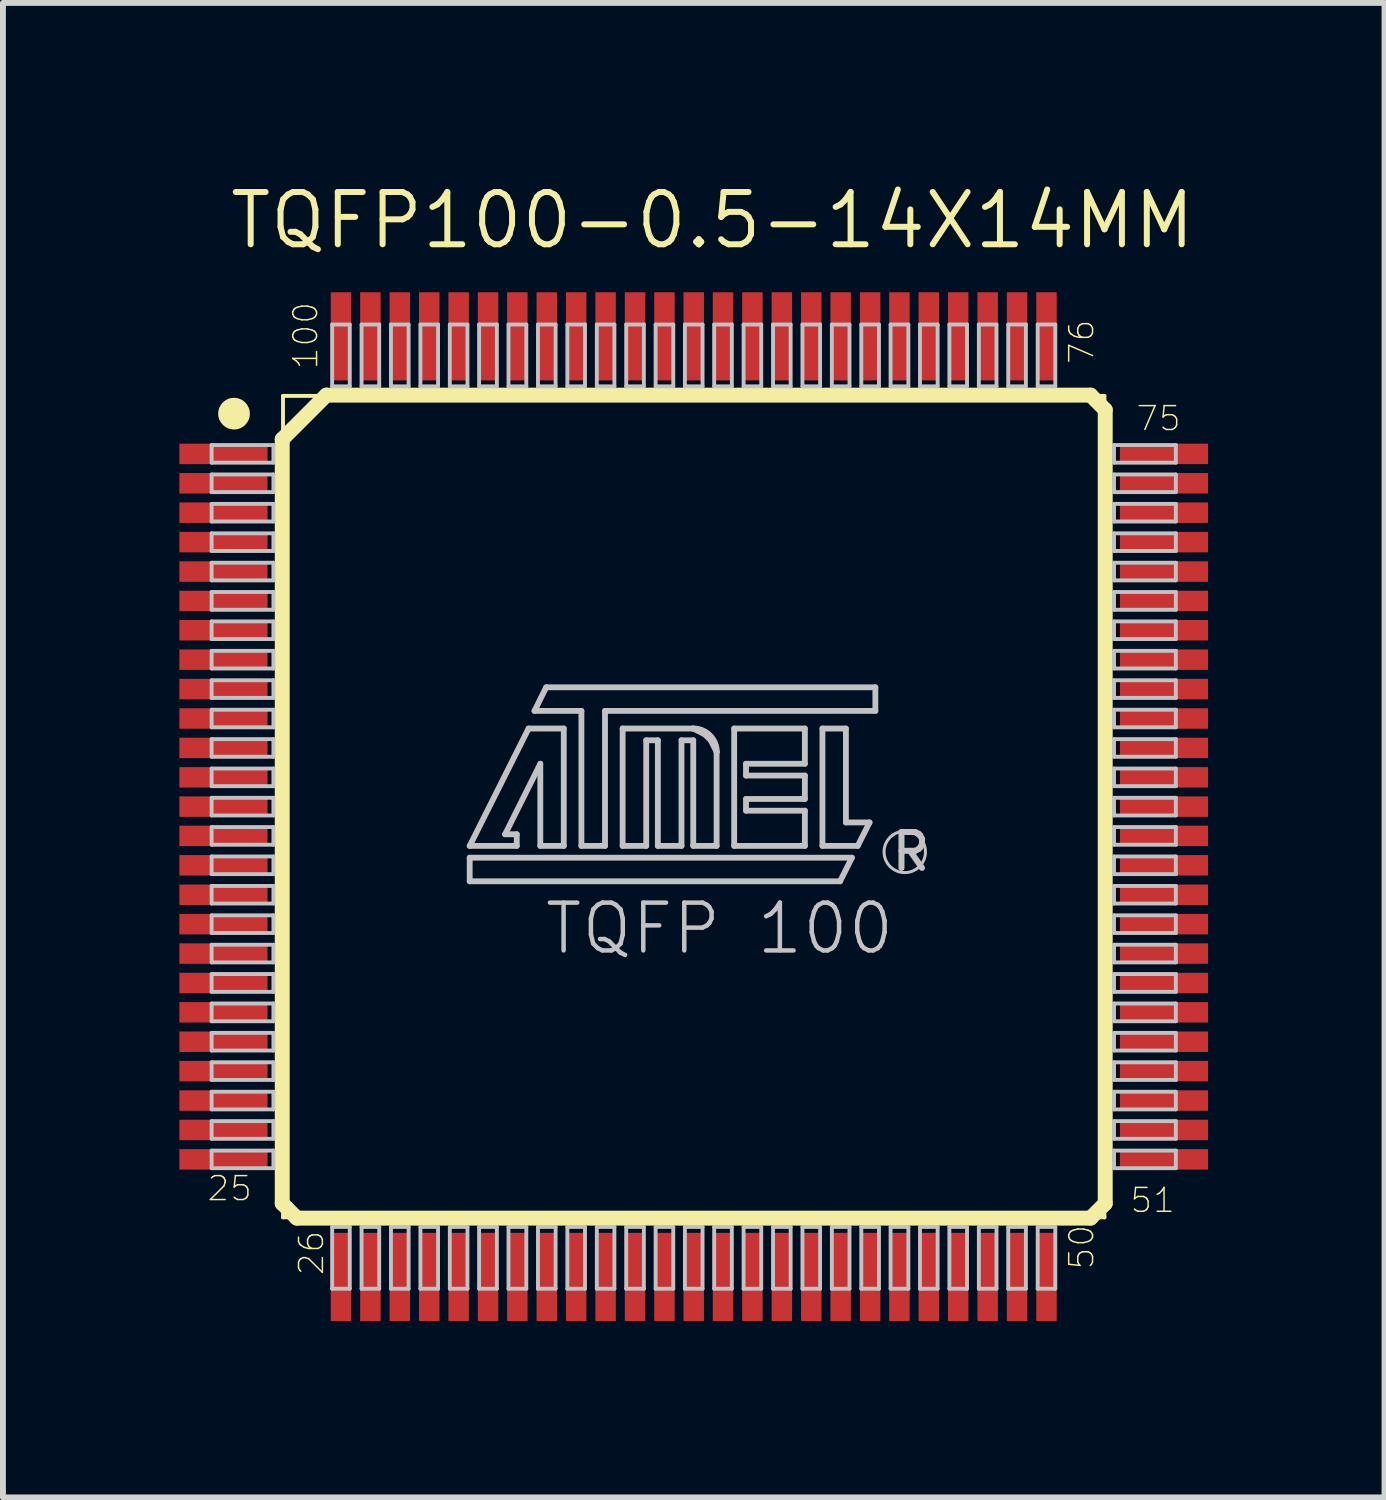
<source format=kicad_pcb>
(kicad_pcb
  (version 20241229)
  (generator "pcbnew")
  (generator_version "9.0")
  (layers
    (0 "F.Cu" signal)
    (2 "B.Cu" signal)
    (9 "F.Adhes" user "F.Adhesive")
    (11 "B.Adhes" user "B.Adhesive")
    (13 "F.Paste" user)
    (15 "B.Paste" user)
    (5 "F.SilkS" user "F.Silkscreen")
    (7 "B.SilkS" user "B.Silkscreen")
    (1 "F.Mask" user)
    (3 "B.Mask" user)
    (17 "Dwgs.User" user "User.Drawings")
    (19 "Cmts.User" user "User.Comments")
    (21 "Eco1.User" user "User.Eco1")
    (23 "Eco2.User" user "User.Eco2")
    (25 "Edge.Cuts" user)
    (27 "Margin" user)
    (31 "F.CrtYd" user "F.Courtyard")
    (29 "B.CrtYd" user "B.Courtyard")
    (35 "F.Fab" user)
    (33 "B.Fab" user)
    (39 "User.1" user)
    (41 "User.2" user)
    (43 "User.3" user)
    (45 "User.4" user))
  (footprint "TQFP100-0.5-14X14MM"
    (layer "F.Cu")
    (at 8.748 10.668)
    (property "Reference" "TQFP100-0.5-14X14MM" (at 0.318 -9.97 0) (layer "F.SilkS") (effects (font (size 0.889 0.889) (thickness 0.102))))
    (attr smd)
    (fp_line (start -6.998 -6.248) (end -6.248 -6.998) (stroke (width 0.254) (type solid)) (layer "F.SilkS"))
    (fp_line (start -6.998 6.749) (end -6.998 -6.248) (stroke (width 0.254) (type solid)) (layer "F.SilkS"))
    (fp_line (start -6.985 -6.985) (end 6.985 -6.985) (stroke (width 0.066) (type solid)) (layer "F.SilkS"))
    (fp_line (start -6.985 6.985) (end -6.985 -6.985) (stroke (width 0.066) (type solid)) (layer "F.SilkS"))
    (fp_line (start -6.985 6.985) (end 6.985 6.985) (stroke (width 0.066) (type solid)) (layer "F.SilkS"))
    (fp_line (start -6.749 6.998) (end -6.998 6.749) (stroke (width 0.254) (type solid)) (layer "F.SilkS"))
    (fp_line (start -6.248 -6.998) (end 6.749 -6.998) (stroke (width 0.254) (type solid)) (layer "F.SilkS"))
    (fp_line (start 6.749 -6.998) (end 6.998 -6.749) (stroke (width 0.254) (type solid)) (layer "F.SilkS"))
    (fp_line (start 6.749 6.998) (end -6.749 6.998) (stroke (width 0.254) (type solid)) (layer "F.SilkS"))
    (fp_line (start 6.985 6.985) (end 6.985 -6.985) (stroke (width 0.066) (type solid)) (layer "F.SilkS"))
    (fp_line (start 6.998 -6.749) (end 6.998 6.749) (stroke (width 0.254) (type solid)) (layer "F.SilkS"))
    (fp_line (start 6.998 6.749) (end 6.749 6.998) (stroke (width 0.254) (type solid)) (layer "F.SilkS"))
    (fp_circle (center -7.818 -6.683) (end -8.009 -6.873) (stroke (width 0) (type solid)) (fill yes) (layer "F.SilkS"))
    (fp_line (start -8.199 -6.149) (end -7.148 -6.149) (stroke (width 0.066) (type solid)) (layer "Dwgs.User"))
    (fp_line (start -8.199 -5.85) (end -8.199 -6.149) (stroke (width 0.066) (type solid)) (layer "Dwgs.User"))
    (fp_line (start -8.199 -5.85) (end -7.148 -5.85) (stroke (width 0.066) (type solid)) (layer "Dwgs.User"))
    (fp_line (start -8.199 -5.649) (end -7.148 -5.649) (stroke (width 0.066) (type solid)) (layer "Dwgs.User"))
    (fp_line (start -8.199 -5.349) (end -8.199 -5.649) (stroke (width 0.066) (type solid)) (layer "Dwgs.User"))
    (fp_line (start -8.199 -5.349) (end -7.148 -5.349) (stroke (width 0.066) (type solid)) (layer "Dwgs.User"))
    (fp_line (start -8.199 -5.149) (end -7.148 -5.149) (stroke (width 0.066) (type solid)) (layer "Dwgs.User"))
    (fp_line (start -8.199 -4.849) (end -8.199 -5.149) (stroke (width 0.066) (type solid)) (layer "Dwgs.User"))
    (fp_line (start -8.199 -4.849) (end -7.148 -4.849) (stroke (width 0.066) (type solid)) (layer "Dwgs.User"))
    (fp_line (start -8.199 -4.648) (end -7.148 -4.648) (stroke (width 0.066) (type solid)) (layer "Dwgs.User"))
    (fp_line (start -8.199 -4.348) (end -8.199 -4.648) (stroke (width 0.066) (type solid)) (layer "Dwgs.User"))
    (fp_line (start -8.199 -4.348) (end -7.148 -4.348) (stroke (width 0.066) (type solid)) (layer "Dwgs.User"))
    (fp_line (start -8.199 -4.148) (end -7.148 -4.148) (stroke (width 0.066) (type solid)) (layer "Dwgs.User"))
    (fp_line (start -8.199 -3.848) (end -8.199 -4.148) (stroke (width 0.066) (type solid)) (layer "Dwgs.User"))
    (fp_line (start -8.199 -3.848) (end -7.148 -3.848) (stroke (width 0.066) (type solid)) (layer "Dwgs.User"))
    (fp_line (start -8.199 -3.65) (end -7.148 -3.65) (stroke (width 0.066) (type solid)) (layer "Dwgs.User"))
    (fp_line (start -8.199 -3.348) (end -8.199 -3.65) (stroke (width 0.066) (type solid)) (layer "Dwgs.User"))
    (fp_line (start -8.199 -3.348) (end -7.148 -3.348) (stroke (width 0.066) (type solid)) (layer "Dwgs.User"))
    (fp_line (start -8.199 -3.15) (end -7.148 -3.15) (stroke (width 0.066) (type solid)) (layer "Dwgs.User"))
    (fp_line (start -8.199 -2.85) (end -8.199 -3.15) (stroke (width 0.066) (type solid)) (layer "Dwgs.User"))
    (fp_line (start -8.199 -2.85) (end -7.148 -2.85) (stroke (width 0.066) (type solid)) (layer "Dwgs.User"))
    (fp_line (start -8.199 -2.649) (end -7.148 -2.649) (stroke (width 0.066) (type solid)) (layer "Dwgs.User"))
    (fp_line (start -8.199 -2.349) (end -8.199 -2.649) (stroke (width 0.066) (type solid)) (layer "Dwgs.User"))
    (fp_line (start -8.199 -2.349) (end -7.148 -2.349) (stroke (width 0.066) (type solid)) (layer "Dwgs.User"))
    (fp_line (start -8.199 -2.149) (end -7.148 -2.149) (stroke (width 0.066) (type solid)) (layer "Dwgs.User"))
    (fp_line (start -8.199 -1.849) (end -8.199 -2.149) (stroke (width 0.066) (type solid)) (layer "Dwgs.User"))
    (fp_line (start -8.199 -1.849) (end -7.148 -1.849) (stroke (width 0.066) (type solid)) (layer "Dwgs.User"))
    (fp_line (start -8.199 -1.648) (end -7.148 -1.648) (stroke (width 0.066) (type solid)) (layer "Dwgs.User"))
    (fp_line (start -8.199 -1.349) (end -8.199 -1.648) (stroke (width 0.066) (type solid)) (layer "Dwgs.User"))
    (fp_line (start -8.199 -1.349) (end -7.148 -1.349) (stroke (width 0.066) (type solid)) (layer "Dwgs.User"))
    (fp_line (start -8.199 -1.148) (end -7.148 -1.148) (stroke (width 0.066) (type solid)) (layer "Dwgs.User"))
    (fp_line (start -8.199 -0.848) (end -8.199 -1.148) (stroke (width 0.066) (type solid)) (layer "Dwgs.User"))
    (fp_line (start -8.199 -0.848) (end -7.148 -0.848) (stroke (width 0.066) (type solid)) (layer "Dwgs.User"))
    (fp_line (start -8.199 -0.648) (end -7.148 -0.648) (stroke (width 0.066) (type solid)) (layer "Dwgs.User"))
    (fp_line (start -8.199 -0.348) (end -8.199 -0.648) (stroke (width 0.066) (type solid)) (layer "Dwgs.User"))
    (fp_line (start -8.199 -0.348) (end -7.148 -0.348) (stroke (width 0.066) (type solid)) (layer "Dwgs.User"))
    (fp_line (start -8.199 -0.15) (end -7.148 -0.15) (stroke (width 0.066) (type solid)) (layer "Dwgs.User"))
    (fp_line (start -8.199 0.15) (end -8.199 -0.15) (stroke (width 0.066) (type solid)) (layer "Dwgs.User"))
    (fp_line (start -8.199 0.15) (end -7.148 0.15) (stroke (width 0.066) (type solid)) (layer "Dwgs.User"))
    (fp_line (start -8.199 0.348) (end -7.148 0.348) (stroke (width 0.066) (type solid)) (layer "Dwgs.User"))
    (fp_line (start -8.199 0.648) (end -8.199 0.348) (stroke (width 0.066) (type solid)) (layer "Dwgs.User"))
    (fp_line (start -8.199 0.648) (end -7.148 0.648) (stroke (width 0.066) (type solid)) (layer "Dwgs.User"))
    (fp_line (start -8.199 0.848) (end -7.148 0.848) (stroke (width 0.066) (type solid)) (layer "Dwgs.User"))
    (fp_line (start -8.199 1.148) (end -8.199 0.848) (stroke (width 0.066) (type solid)) (layer "Dwgs.User"))
    (fp_line (start -8.199 1.148) (end -7.148 1.148) (stroke (width 0.066) (type solid)) (layer "Dwgs.User"))
    (fp_line (start -8.199 1.349) (end -7.148 1.349) (stroke (width 0.066) (type solid)) (layer "Dwgs.User"))
    (fp_line (start -8.199 1.648) (end -8.199 1.349) (stroke (width 0.066) (type solid)) (layer "Dwgs.User"))
    (fp_line (start -8.199 1.648) (end -7.148 1.648) (stroke (width 0.066) (type solid)) (layer "Dwgs.User"))
    (fp_line (start -8.199 1.849) (end -7.148 1.849) (stroke (width 0.066) (type solid)) (layer "Dwgs.User"))
    (fp_line (start -8.199 2.149) (end -8.199 1.849) (stroke (width 0.066) (type solid)) (layer "Dwgs.User"))
    (fp_line (start -8.199 2.149) (end -7.148 2.149) (stroke (width 0.066) (type solid)) (layer "Dwgs.User"))
    (fp_line (start -8.199 2.349) (end -7.148 2.349) (stroke (width 0.066) (type solid)) (layer "Dwgs.User"))
    (fp_line (start -8.199 2.649) (end -8.199 2.349) (stroke (width 0.066) (type solid)) (layer "Dwgs.User"))
    (fp_line (start -8.199 2.649) (end -7.148 2.649) (stroke (width 0.066) (type solid)) (layer "Dwgs.User"))
    (fp_line (start -8.199 2.847) (end -7.148 2.847) (stroke (width 0.066) (type solid)) (layer "Dwgs.User"))
    (fp_line (start -8.199 3.15) (end -8.199 2.847) (stroke (width 0.066) (type solid)) (layer "Dwgs.User"))
    (fp_line (start -8.199 3.15) (end -7.148 3.15) (stroke (width 0.066) (type solid)) (layer "Dwgs.User"))
    (fp_line (start -8.199 3.348) (end -7.148 3.348) (stroke (width 0.066) (type solid)) (layer "Dwgs.User"))
    (fp_line (start -8.199 3.65) (end -8.199 3.348) (stroke (width 0.066) (type solid)) (layer "Dwgs.User"))
    (fp_line (start -8.199 3.65) (end -7.148 3.65) (stroke (width 0.066) (type solid)) (layer "Dwgs.User"))
    (fp_line (start -8.199 3.848) (end -7.148 3.848) (stroke (width 0.066) (type solid)) (layer "Dwgs.User"))
    (fp_line (start -8.199 4.148) (end -8.199 3.848) (stroke (width 0.066) (type solid)) (layer "Dwgs.User"))
    (fp_line (start -8.199 4.148) (end -7.148 4.148) (stroke (width 0.066) (type solid)) (layer "Dwgs.User"))
    (fp_line (start -8.199 4.348) (end -7.148 4.348) (stroke (width 0.066) (type solid)) (layer "Dwgs.User"))
    (fp_line (start -8.199 4.648) (end -8.199 4.348) (stroke (width 0.066) (type solid)) (layer "Dwgs.User"))
    (fp_line (start -8.199 4.648) (end -7.148 4.648) (stroke (width 0.066) (type solid)) (layer "Dwgs.User"))
    (fp_line (start -8.199 4.849) (end -7.148 4.849) (stroke (width 0.066) (type solid)) (layer "Dwgs.User"))
    (fp_line (start -8.199 5.149) (end -8.199 4.849) (stroke (width 0.066) (type solid)) (layer "Dwgs.User"))
    (fp_line (start -8.199 5.149) (end -7.148 5.149) (stroke (width 0.066) (type solid)) (layer "Dwgs.User"))
    (fp_line (start -8.199 5.349) (end -7.148 5.349) (stroke (width 0.066) (type solid)) (layer "Dwgs.User"))
    (fp_line (start -8.199 5.649) (end -8.199 5.349) (stroke (width 0.066) (type solid)) (layer "Dwgs.User"))
    (fp_line (start -8.199 5.649) (end -7.148 5.649) (stroke (width 0.066) (type solid)) (layer "Dwgs.User"))
    (fp_line (start -8.199 5.85) (end -7.148 5.85) (stroke (width 0.066) (type solid)) (layer "Dwgs.User"))
    (fp_line (start -8.199 6.149) (end -8.199 5.85) (stroke (width 0.066) (type solid)) (layer "Dwgs.User"))
    (fp_line (start -8.199 6.149) (end -7.148 6.149) (stroke (width 0.066) (type solid)) (layer "Dwgs.User"))
    (fp_line (start -7.148 -5.85) (end -7.148 -6.149) (stroke (width 0.066) (type solid)) (layer "Dwgs.User"))
    (fp_line (start -7.148 -5.349) (end -7.148 -5.649) (stroke (width 0.066) (type solid)) (layer "Dwgs.User"))
    (fp_line (start -7.148 -4.849) (end -7.148 -5.149) (stroke (width 0.066) (type solid)) (layer "Dwgs.User"))
    (fp_line (start -7.148 -4.348) (end -7.148 -4.648) (stroke (width 0.066) (type solid)) (layer "Dwgs.User"))
    (fp_line (start -7.148 -3.848) (end -7.148 -4.148) (stroke (width 0.066) (type solid)) (layer "Dwgs.User"))
    (fp_line (start -7.148 -3.348) (end -7.148 -3.65) (stroke (width 0.066) (type solid)) (layer "Dwgs.User"))
    (fp_line (start -7.148 -2.85) (end -7.148 -3.15) (stroke (width 0.066) (type solid)) (layer "Dwgs.User"))
    (fp_line (start -7.148 -2.349) (end -7.148 -2.649) (stroke (width 0.066) (type solid)) (layer "Dwgs.User"))
    (fp_line (start -7.148 -1.849) (end -7.148 -2.149) (stroke (width 0.066) (type solid)) (layer "Dwgs.User"))
    (fp_line (start -7.148 -1.349) (end -7.148 -1.648) (stroke (width 0.066) (type solid)) (layer "Dwgs.User"))
    (fp_line (start -7.148 -0.848) (end -7.148 -1.148) (stroke (width 0.066) (type solid)) (layer "Dwgs.User"))
    (fp_line (start -7.148 -0.348) (end -7.148 -0.648) (stroke (width 0.066) (type solid)) (layer "Dwgs.User"))
    (fp_line (start -7.148 0.15) (end -7.148 -0.15) (stroke (width 0.066) (type solid)) (layer "Dwgs.User"))
    (fp_line (start -7.148 0.648) (end -7.148 0.348) (stroke (width 0.066) (type solid)) (layer "Dwgs.User"))
    (fp_line (start -7.148 1.148) (end -7.148 0.848) (stroke (width 0.066) (type solid)) (layer "Dwgs.User"))
    (fp_line (start -7.148 1.648) (end -7.148 1.349) (stroke (width 0.066) (type solid)) (layer "Dwgs.User"))
    (fp_line (start -7.148 2.149) (end -7.148 1.849) (stroke (width 0.066) (type solid)) (layer "Dwgs.User"))
    (fp_line (start -7.148 2.649) (end -7.148 2.349) (stroke (width 0.066) (type solid)) (layer "Dwgs.User"))
    (fp_line (start -7.148 3.15) (end -7.148 2.847) (stroke (width 0.066) (type solid)) (layer "Dwgs.User"))
    (fp_line (start -7.148 3.65) (end -7.148 3.348) (stroke (width 0.066) (type solid)) (layer "Dwgs.User"))
    (fp_line (start -7.148 4.148) (end -7.148 3.848) (stroke (width 0.066) (type solid)) (layer "Dwgs.User"))
    (fp_line (start -7.148 4.648) (end -7.148 4.348) (stroke (width 0.066) (type solid)) (layer "Dwgs.User"))
    (fp_line (start -7.148 5.149) (end -7.148 4.849) (stroke (width 0.066) (type solid)) (layer "Dwgs.User"))
    (fp_line (start -7.148 5.649) (end -7.148 5.349) (stroke (width 0.066) (type solid)) (layer "Dwgs.User"))
    (fp_line (start -7.148 6.149) (end -7.148 5.85) (stroke (width 0.066) (type solid)) (layer "Dwgs.User"))
    (fp_line (start -6.149 -8.199) (end -5.85 -8.199) (stroke (width 0.066) (type solid)) (layer "Dwgs.User"))
    (fp_line (start -6.149 -7.148) (end -6.149 -8.199) (stroke (width 0.066) (type solid)) (layer "Dwgs.User"))
    (fp_line (start -6.149 -7.148) (end -5.85 -7.148) (stroke (width 0.066) (type solid)) (layer "Dwgs.User"))
    (fp_line (start -6.149 7.148) (end -5.85 7.148) (stroke (width 0.066) (type solid)) (layer "Dwgs.User"))
    (fp_line (start -6.149 8.199) (end -6.149 7.148) (stroke (width 0.066) (type solid)) (layer "Dwgs.User"))
    (fp_line (start -6.149 8.199) (end -5.85 8.199) (stroke (width 0.066) (type solid)) (layer "Dwgs.User"))
    (fp_line (start -5.85 -7.148) (end -5.85 -8.199) (stroke (width 0.066) (type solid)) (layer "Dwgs.User"))
    (fp_line (start -5.85 8.199) (end -5.85 7.148) (stroke (width 0.066) (type solid)) (layer "Dwgs.User"))
    (fp_line (start -5.649 -8.199) (end -5.349 -8.199) (stroke (width 0.066) (type solid)) (layer "Dwgs.User"))
    (fp_line (start -5.649 -7.148) (end -5.649 -8.199) (stroke (width 0.066) (type solid)) (layer "Dwgs.User"))
    (fp_line (start -5.649 -7.148) (end -5.349 -7.148) (stroke (width 0.066) (type solid)) (layer "Dwgs.User"))
    (fp_line (start -5.649 7.148) (end -5.349 7.148) (stroke (width 0.066) (type solid)) (layer "Dwgs.User"))
    (fp_line (start -5.649 8.199) (end -5.649 7.148) (stroke (width 0.066) (type solid)) (layer "Dwgs.User"))
    (fp_line (start -5.649 8.199) (end -5.349 8.199) (stroke (width 0.066) (type solid)) (layer "Dwgs.User"))
    (fp_line (start -5.349 -7.148) (end -5.349 -8.199) (stroke (width 0.066) (type solid)) (layer "Dwgs.User"))
    (fp_line (start -5.349 8.199) (end -5.349 7.148) (stroke (width 0.066) (type solid)) (layer "Dwgs.User"))
    (fp_line (start -5.149 -8.199) (end -4.849 -8.199) (stroke (width 0.066) (type solid)) (layer "Dwgs.User"))
    (fp_line (start -5.149 -7.148) (end -5.149 -8.199) (stroke (width 0.066) (type solid)) (layer "Dwgs.User"))
    (fp_line (start -5.149 -7.148) (end -4.849 -7.148) (stroke (width 0.066) (type solid)) (layer "Dwgs.User"))
    (fp_line (start -5.149 7.148) (end -4.849 7.148) (stroke (width 0.066) (type solid)) (layer "Dwgs.User"))
    (fp_line (start -5.149 8.199) (end -5.149 7.148) (stroke (width 0.066) (type solid)) (layer "Dwgs.User"))
    (fp_line (start -5.149 8.199) (end -4.849 8.199) (stroke (width 0.066) (type solid)) (layer "Dwgs.User"))
    (fp_line (start -4.849 -7.148) (end -4.849 -8.199) (stroke (width 0.066) (type solid)) (layer "Dwgs.User"))
    (fp_line (start -4.849 8.199) (end -4.849 7.148) (stroke (width 0.066) (type solid)) (layer "Dwgs.User"))
    (fp_line (start -4.648 -8.199) (end -4.348 -8.199) (stroke (width 0.066) (type solid)) (layer "Dwgs.User"))
    (fp_line (start -4.648 -7.148) (end -4.648 -8.199) (stroke (width 0.066) (type solid)) (layer "Dwgs.User"))
    (fp_line (start -4.648 -7.148) (end -4.348 -7.148) (stroke (width 0.066) (type solid)) (layer "Dwgs.User"))
    (fp_line (start -4.648 7.148) (end -4.348 7.148) (stroke (width 0.066) (type solid)) (layer "Dwgs.User"))
    (fp_line (start -4.648 8.199) (end -4.648 7.148) (stroke (width 0.066) (type solid)) (layer "Dwgs.User"))
    (fp_line (start -4.648 8.199) (end -4.348 8.199) (stroke (width 0.066) (type solid)) (layer "Dwgs.User"))
    (fp_line (start -4.348 -7.148) (end -4.348 -8.199) (stroke (width 0.066) (type solid)) (layer "Dwgs.User"))
    (fp_line (start -4.348 8.199) (end -4.348 7.148) (stroke (width 0.066) (type solid)) (layer "Dwgs.User"))
    (fp_line (start -4.148 -8.199) (end -3.848 -8.199) (stroke (width 0.066) (type solid)) (layer "Dwgs.User"))
    (fp_line (start -4.148 -7.148) (end -4.148 -8.199) (stroke (width 0.066) (type solid)) (layer "Dwgs.User"))
    (fp_line (start -4.148 -7.148) (end -3.848 -7.148) (stroke (width 0.066) (type solid)) (layer "Dwgs.User"))
    (fp_line (start -4.148 7.148) (end -3.848 7.148) (stroke (width 0.066) (type solid)) (layer "Dwgs.User"))
    (fp_line (start -4.148 8.199) (end -4.148 7.148) (stroke (width 0.066) (type solid)) (layer "Dwgs.User"))
    (fp_line (start -4.148 8.199) (end -3.848 8.199) (stroke (width 0.066) (type solid)) (layer "Dwgs.User"))
    (fp_line (start -3.848 -7.148) (end -3.848 -8.199) (stroke (width 0.066) (type solid)) (layer "Dwgs.User"))
    (fp_line (start -3.848 8.199) (end -3.848 7.148) (stroke (width 0.066) (type solid)) (layer "Dwgs.User"))
    (fp_line (start -3.81 0.668) (end -2.809 -1.328) (stroke (width 0.099) (type solid)) (layer "Dwgs.User"))
    (fp_line (start -3.81 0.869) (end -3.81 1.27) (stroke (width 0.099) (type solid)) (layer "Dwgs.User"))
    (fp_line (start -3.81 1.27) (end 2.489 1.27) (stroke (width 0.099) (type solid)) (layer "Dwgs.User"))
    (fp_line (start -3.65 -8.199) (end -3.348 -8.199) (stroke (width 0.066) (type solid)) (layer "Dwgs.User"))
    (fp_line (start -3.65 -7.148) (end -3.65 -8.199) (stroke (width 0.066) (type solid)) (layer "Dwgs.User"))
    (fp_line (start -3.65 -7.148) (end -3.348 -7.148) (stroke (width 0.066) (type solid)) (layer "Dwgs.User"))
    (fp_line (start -3.65 7.148) (end -3.348 7.148) (stroke (width 0.066) (type solid)) (layer "Dwgs.User"))
    (fp_line (start -3.65 8.199) (end -3.65 7.148) (stroke (width 0.066) (type solid)) (layer "Dwgs.User"))
    (fp_line (start -3.65 8.199) (end -3.348 8.199) (stroke (width 0.066) (type solid)) (layer "Dwgs.User"))
    (fp_line (start -3.348 -7.148) (end -3.348 -8.199) (stroke (width 0.066) (type solid)) (layer "Dwgs.User"))
    (fp_line (start -3.348 8.199) (end -3.348 7.148) (stroke (width 0.066) (type solid)) (layer "Dwgs.User"))
    (fp_line (start -3.208 0.47) (end -3.01 0.47) (stroke (width 0.099) (type solid)) (layer "Dwgs.User"))
    (fp_line (start -3.15 -8.199) (end -2.847 -8.199) (stroke (width 0.066) (type solid)) (layer "Dwgs.User"))
    (fp_line (start -3.15 -7.148) (end -3.15 -8.199) (stroke (width 0.066) (type solid)) (layer "Dwgs.User"))
    (fp_line (start -3.15 -7.148) (end -2.847 -7.148) (stroke (width 0.066) (type solid)) (layer "Dwgs.User"))
    (fp_line (start -3.15 7.148) (end -2.847 7.148) (stroke (width 0.066) (type solid)) (layer "Dwgs.User"))
    (fp_line (start -3.15 8.199) (end -3.15 7.148) (stroke (width 0.066) (type solid)) (layer "Dwgs.User"))
    (fp_line (start -3.15 8.199) (end -2.847 8.199) (stroke (width 0.066) (type solid)) (layer "Dwgs.User"))
    (fp_line (start -3.01 0.47) (end -3.01 0.668) (stroke (width 0.099) (type solid)) (layer "Dwgs.User"))
    (fp_line (start -3.01 0.668) (end -3.81 0.668) (stroke (width 0.099) (type solid)) (layer "Dwgs.User"))
    (fp_line (start -2.847 -7.148) (end -2.847 -8.199) (stroke (width 0.066) (type solid)) (layer "Dwgs.User"))
    (fp_line (start -2.847 8.199) (end -2.847 7.148) (stroke (width 0.066) (type solid)) (layer "Dwgs.User"))
    (fp_line (start -2.809 -1.328) (end -2.21 -1.328) (stroke (width 0.099) (type solid)) (layer "Dwgs.User"))
    (fp_line (start -2.708 -1.628) (end -2.51 -2.029) (stroke (width 0.099) (type solid)) (layer "Dwgs.User"))
    (fp_line (start -2.649 -8.199) (end -2.349 -8.199) (stroke (width 0.066) (type solid)) (layer "Dwgs.User"))
    (fp_line (start -2.649 -7.148) (end -2.649 -8.199) (stroke (width 0.066) (type solid)) (layer "Dwgs.User"))
    (fp_line (start -2.649 -7.148) (end -2.349 -7.148) (stroke (width 0.066) (type solid)) (layer "Dwgs.User"))
    (fp_line (start -2.649 7.148) (end -2.349 7.148) (stroke (width 0.066) (type solid)) (layer "Dwgs.User"))
    (fp_line (start -2.649 8.199) (end -2.649 7.148) (stroke (width 0.066) (type solid)) (layer "Dwgs.User"))
    (fp_line (start -2.649 8.199) (end -2.349 8.199) (stroke (width 0.066) (type solid)) (layer "Dwgs.User"))
    (fp_line (start -2.609 -0.729) (end -3.208 0.47) (stroke (width 0.099) (type solid)) (layer "Dwgs.User"))
    (fp_line (start -2.609 0.668) (end -2.609 -0.729) (stroke (width 0.099) (type solid)) (layer "Dwgs.User"))
    (fp_line (start -2.51 -2.029) (end 3.089 -2.029) (stroke (width 0.099) (type solid)) (layer "Dwgs.User"))
    (fp_line (start -2.349 -7.148) (end -2.349 -8.199) (stroke (width 0.066) (type solid)) (layer "Dwgs.User"))
    (fp_line (start -2.349 8.199) (end -2.349 7.148) (stroke (width 0.066) (type solid)) (layer "Dwgs.User"))
    (fp_line (start -2.21 -1.328) (end -2.21 0.668) (stroke (width 0.099) (type solid)) (layer "Dwgs.User"))
    (fp_line (start -2.21 0.668) (end -2.609 0.668) (stroke (width 0.099) (type solid)) (layer "Dwgs.User"))
    (fp_line (start -2.149 -8.199) (end -1.849 -8.199) (stroke (width 0.066) (type solid)) (layer "Dwgs.User"))
    (fp_line (start -2.149 -7.148) (end -2.149 -8.199) (stroke (width 0.066) (type solid)) (layer "Dwgs.User"))
    (fp_line (start -2.149 -7.148) (end -1.849 -7.148) (stroke (width 0.066) (type solid)) (layer "Dwgs.User"))
    (fp_line (start -2.149 7.148) (end -1.849 7.148) (stroke (width 0.066) (type solid)) (layer "Dwgs.User"))
    (fp_line (start -2.149 8.199) (end -2.149 7.148) (stroke (width 0.066) (type solid)) (layer "Dwgs.User"))
    (fp_line (start -2.149 8.199) (end -1.849 8.199) (stroke (width 0.066) (type solid)) (layer "Dwgs.User"))
    (fp_line (start -1.91 -1.628) (end -2.708 -1.628) (stroke (width 0.099) (type solid)) (layer "Dwgs.User"))
    (fp_line (start -1.91 0.668) (end -1.91 -1.628) (stroke (width 0.099) (type solid)) (layer "Dwgs.User"))
    (fp_line (start -1.849 -7.148) (end -1.849 -8.199) (stroke (width 0.066) (type solid)) (layer "Dwgs.User"))
    (fp_line (start -1.849 8.199) (end -1.849 7.148) (stroke (width 0.066) (type solid)) (layer "Dwgs.User"))
    (fp_line (start -1.648 -8.199) (end -1.349 -8.199) (stroke (width 0.066) (type solid)) (layer "Dwgs.User"))
    (fp_line (start -1.648 -7.148) (end -1.648 -8.199) (stroke (width 0.066) (type solid)) (layer "Dwgs.User"))
    (fp_line (start -1.648 -7.148) (end -1.349 -7.148) (stroke (width 0.066) (type solid)) (layer "Dwgs.User"))
    (fp_line (start -1.648 7.148) (end -1.349 7.148) (stroke (width 0.066) (type solid)) (layer "Dwgs.User"))
    (fp_line (start -1.648 8.199) (end -1.648 7.148) (stroke (width 0.066) (type solid)) (layer "Dwgs.User"))
    (fp_line (start -1.648 8.199) (end -1.349 8.199) (stroke (width 0.066) (type solid)) (layer "Dwgs.User"))
    (fp_line (start -1.509 -1.628) (end -1.509 0.668) (stroke (width 0.099) (type solid)) (layer "Dwgs.User"))
    (fp_line (start -1.509 0.668) (end -1.91 0.668) (stroke (width 0.099) (type solid)) (layer "Dwgs.User"))
    (fp_line (start -1.349 -7.148) (end -1.349 -8.199) (stroke (width 0.066) (type solid)) (layer "Dwgs.User"))
    (fp_line (start -1.349 8.199) (end -1.349 7.148) (stroke (width 0.066) (type solid)) (layer "Dwgs.User"))
    (fp_line (start -1.209 -1.328) (end -1.209 0.668) (stroke (width 0.099) (type solid)) (layer "Dwgs.User"))
    (fp_line (start -1.209 0.668) (end -0.808 0.668) (stroke (width 0.099) (type solid)) (layer "Dwgs.User"))
    (fp_line (start -1.148 -8.199) (end -0.848 -8.199) (stroke (width 0.066) (type solid)) (layer "Dwgs.User"))
    (fp_line (start -1.148 -7.148) (end -1.148 -8.199) (stroke (width 0.066) (type solid)) (layer "Dwgs.User"))
    (fp_line (start -1.148 -7.148) (end -0.848 -7.148) (stroke (width 0.066) (type solid)) (layer "Dwgs.User"))
    (fp_line (start -1.148 7.148) (end -0.848 7.148) (stroke (width 0.066) (type solid)) (layer "Dwgs.User"))
    (fp_line (start -1.148 8.199) (end -1.148 7.148) (stroke (width 0.066) (type solid)) (layer "Dwgs.User"))
    (fp_line (start -1.148 8.199) (end -0.848 8.199) (stroke (width 0.066) (type solid)) (layer "Dwgs.User"))
    (fp_line (start -0.848 -7.148) (end -0.848 -8.199) (stroke (width 0.066) (type solid)) (layer "Dwgs.User"))
    (fp_line (start -0.848 8.199) (end -0.848 7.148) (stroke (width 0.066) (type solid)) (layer "Dwgs.User"))
    (fp_line (start -0.808 -1.128) (end -0.61 -1.128) (stroke (width 0.099) (type solid)) (layer "Dwgs.User"))
    (fp_line (start -0.808 0.668) (end -0.808 -1.128) (stroke (width 0.099) (type solid)) (layer "Dwgs.User"))
    (fp_line (start -0.648 -8.199) (end -0.348 -8.199) (stroke (width 0.066) (type solid)) (layer "Dwgs.User"))
    (fp_line (start -0.648 -7.148) (end -0.648 -8.199) (stroke (width 0.066) (type solid)) (layer "Dwgs.User"))
    (fp_line (start -0.648 -7.148) (end -0.348 -7.148) (stroke (width 0.066) (type solid)) (layer "Dwgs.User"))
    (fp_line (start -0.648 7.148) (end -0.348 7.148) (stroke (width 0.066) (type solid)) (layer "Dwgs.User"))
    (fp_line (start -0.648 8.199) (end -0.648 7.148) (stroke (width 0.066) (type solid)) (layer "Dwgs.User"))
    (fp_line (start -0.648 8.199) (end -0.348 8.199) (stroke (width 0.066) (type solid)) (layer "Dwgs.User"))
    (fp_line (start -0.61 -1.128) (end -0.61 0.668) (stroke (width 0.099) (type solid)) (layer "Dwgs.User"))
    (fp_line (start -0.61 0.668) (end -0.208 0.668) (stroke (width 0.099) (type solid)) (layer "Dwgs.User"))
    (fp_line (start -0.348 -7.148) (end -0.348 -8.199) (stroke (width 0.066) (type solid)) (layer "Dwgs.User"))
    (fp_line (start -0.348 8.199) (end -0.348 7.148) (stroke (width 0.066) (type solid)) (layer "Dwgs.User"))
    (fp_line (start -0.208 -1.128) (end -0.008 -1.128) (stroke (width 0.099) (type solid)) (layer "Dwgs.User"))
    (fp_line (start -0.208 0.668) (end -0.208 -1.128) (stroke (width 0.099) (type solid)) (layer "Dwgs.User"))
    (fp_line (start -0.15 -8.199) (end 0.15 -8.199) (stroke (width 0.066) (type solid)) (layer "Dwgs.User"))
    (fp_line (start -0.15 -7.148) (end -0.15 -8.199) (stroke (width 0.066) (type solid)) (layer "Dwgs.User"))
    (fp_line (start -0.15 -7.148) (end 0.15 -7.148) (stroke (width 0.066) (type solid)) (layer "Dwgs.User"))
    (fp_line (start -0.15 7.148) (end 0.15 7.148) (stroke (width 0.066) (type solid)) (layer "Dwgs.User"))
    (fp_line (start -0.15 8.199) (end -0.15 7.148) (stroke (width 0.066) (type solid)) (layer "Dwgs.User"))
    (fp_line (start -0.15 8.199) (end 0.15 8.199) (stroke (width 0.066) (type solid)) (layer "Dwgs.User"))
    (fp_line (start -0.008 -1.328) (end -1.209 -1.328) (stroke (width 0.099) (type solid)) (layer "Dwgs.User"))
    (fp_line (start -0.008 -1.128) (end -0.008 0.668) (stroke (width 0.099) (type solid)) (layer "Dwgs.User"))
    (fp_line (start -0.008 0.668) (end 0.389 0.668) (stroke (width 0.099) (type solid)) (layer "Dwgs.User"))
    (fp_line (start 0.15 -7.148) (end 0.15 -8.199) (stroke (width 0.066) (type solid)) (layer "Dwgs.User"))
    (fp_line (start 0.15 8.199) (end 0.15 7.148) (stroke (width 0.066) (type solid)) (layer "Dwgs.User"))
    (fp_line (start 0.188 -1.229) (end -0.008 -1.328) (stroke (width 0.099) (type solid)) (layer "Dwgs.User"))
    (fp_line (start 0.29 -1.128) (end 0.188 -1.229) (stroke (width 0.099) (type solid)) (layer "Dwgs.User"))
    (fp_line (start 0.348 -8.199) (end 0.648 -8.199) (stroke (width 0.066) (type solid)) (layer "Dwgs.User"))
    (fp_line (start 0.348 -7.148) (end 0.348 -8.199) (stroke (width 0.066) (type solid)) (layer "Dwgs.User"))
    (fp_line (start 0.348 -7.148) (end 0.648 -7.148) (stroke (width 0.066) (type solid)) (layer "Dwgs.User"))
    (fp_line (start 0.348 7.148) (end 0.648 7.148) (stroke (width 0.066) (type solid)) (layer "Dwgs.User"))
    (fp_line (start 0.348 8.199) (end 0.348 7.148) (stroke (width 0.066) (type solid)) (layer "Dwgs.User"))
    (fp_line (start 0.348 8.199) (end 0.648 8.199) (stroke (width 0.066) (type solid)) (layer "Dwgs.User"))
    (fp_line (start 0.389 -0.93) (end 0.29 -1.128) (stroke (width 0.099) (type solid)) (layer "Dwgs.User"))
    (fp_line (start 0.389 0.668) (end 0.389 -0.93) (stroke (width 0.099) (type solid)) (layer "Dwgs.User"))
    (fp_line (start 0.648 -7.148) (end 0.648 -8.199) (stroke (width 0.066) (type solid)) (layer "Dwgs.User"))
    (fp_line (start 0.648 8.199) (end 0.648 7.148) (stroke (width 0.066) (type solid)) (layer "Dwgs.User"))
    (fp_line (start 0.688 -1.328) (end 0.688 0.668) (stroke (width 0.099) (type solid)) (layer "Dwgs.User"))
    (fp_line (start 0.688 0.668) (end 1.89 0.668) (stroke (width 0.099) (type solid)) (layer "Dwgs.User"))
    (fp_line (start 0.848 -8.199) (end 1.148 -8.199) (stroke (width 0.066) (type solid)) (layer "Dwgs.User"))
    (fp_line (start 0.848 -7.148) (end 0.848 -8.199) (stroke (width 0.066) (type solid)) (layer "Dwgs.User"))
    (fp_line (start 0.848 -7.148) (end 1.148 -7.148) (stroke (width 0.066) (type solid)) (layer "Dwgs.User"))
    (fp_line (start 0.848 7.148) (end 1.148 7.148) (stroke (width 0.066) (type solid)) (layer "Dwgs.User"))
    (fp_line (start 0.848 8.199) (end 0.848 7.148) (stroke (width 0.066) (type solid)) (layer "Dwgs.User"))
    (fp_line (start 0.848 8.199) (end 1.148 8.199) (stroke (width 0.066) (type solid)) (layer "Dwgs.User"))
    (fp_line (start 0.889 -0.729) (end 1.89 -0.729) (stroke (width 0.099) (type solid)) (layer "Dwgs.User"))
    (fp_line (start 0.889 -0.528) (end 0.889 -0.729) (stroke (width 0.099) (type solid)) (layer "Dwgs.User"))
    (fp_line (start 0.889 -0.13) (end 1.89 -0.13) (stroke (width 0.099) (type solid)) (layer "Dwgs.User"))
    (fp_line (start 0.889 0.069) (end 0.889 -0.13) (stroke (width 0.099) (type solid)) (layer "Dwgs.User"))
    (fp_line (start 1.148 -7.148) (end 1.148 -8.199) (stroke (width 0.066) (type solid)) (layer "Dwgs.User"))
    (fp_line (start 1.148 8.199) (end 1.148 7.148) (stroke (width 0.066) (type solid)) (layer "Dwgs.User"))
    (fp_line (start 1.349 -8.199) (end 1.648 -8.199) (stroke (width 0.066) (type solid)) (layer "Dwgs.User"))
    (fp_line (start 1.349 -7.148) (end 1.349 -8.199) (stroke (width 0.066) (type solid)) (layer "Dwgs.User"))
    (fp_line (start 1.349 -7.148) (end 1.648 -7.148) (stroke (width 0.066) (type solid)) (layer "Dwgs.User"))
    (fp_line (start 1.349 7.148) (end 1.648 7.148) (stroke (width 0.066) (type solid)) (layer "Dwgs.User"))
    (fp_line (start 1.349 8.199) (end 1.349 7.148) (stroke (width 0.066) (type solid)) (layer "Dwgs.User"))
    (fp_line (start 1.349 8.199) (end 1.648 8.199) (stroke (width 0.066) (type solid)) (layer "Dwgs.User"))
    (fp_line (start 1.648 -7.148) (end 1.648 -8.199) (stroke (width 0.066) (type solid)) (layer "Dwgs.User"))
    (fp_line (start 1.648 8.199) (end 1.648 7.148) (stroke (width 0.066) (type solid)) (layer "Dwgs.User"))
    (fp_line (start 1.849 -8.199) (end 2.149 -8.199) (stroke (width 0.066) (type solid)) (layer "Dwgs.User"))
    (fp_line (start 1.849 -7.148) (end 1.849 -8.199) (stroke (width 0.066) (type solid)) (layer "Dwgs.User"))
    (fp_line (start 1.849 -7.148) (end 2.149 -7.148) (stroke (width 0.066) (type solid)) (layer "Dwgs.User"))
    (fp_line (start 1.849 7.148) (end 2.149 7.148) (stroke (width 0.066) (type solid)) (layer "Dwgs.User"))
    (fp_line (start 1.849 8.199) (end 1.849 7.148) (stroke (width 0.066) (type solid)) (layer "Dwgs.User"))
    (fp_line (start 1.849 8.199) (end 2.149 8.199) (stroke (width 0.066) (type solid)) (layer "Dwgs.User"))
    (fp_line (start 1.89 -1.328) (end 0.688 -1.328) (stroke (width 0.099) (type solid)) (layer "Dwgs.User"))
    (fp_line (start 1.89 -0.729) (end 1.89 -1.328) (stroke (width 0.099) (type solid)) (layer "Dwgs.User"))
    (fp_line (start 1.89 -0.528) (end 0.889 -0.528) (stroke (width 0.099) (type solid)) (layer "Dwgs.User"))
    (fp_line (start 1.89 -0.13) (end 1.89 -0.528) (stroke (width 0.099) (type solid)) (layer "Dwgs.User"))
    (fp_line (start 1.89 0.069) (end 0.889 0.069) (stroke (width 0.099) (type solid)) (layer "Dwgs.User"))
    (fp_line (start 1.89 0.668) (end 1.89 0.069) (stroke (width 0.099) (type solid)) (layer "Dwgs.User"))
    (fp_line (start 2.149 -7.148) (end 2.149 -8.199) (stroke (width 0.066) (type solid)) (layer "Dwgs.User"))
    (fp_line (start 2.149 8.199) (end 2.149 7.148) (stroke (width 0.066) (type solid)) (layer "Dwgs.User"))
    (fp_line (start 2.189 -1.328) (end 2.189 0.668) (stroke (width 0.099) (type solid)) (layer "Dwgs.User"))
    (fp_line (start 2.189 0.668) (end 2.789 0.668) (stroke (width 0.099) (type solid)) (layer "Dwgs.User"))
    (fp_line (start 2.349 -8.199) (end 2.649 -8.199) (stroke (width 0.066) (type solid)) (layer "Dwgs.User"))
    (fp_line (start 2.349 -7.148) (end 2.349 -8.199) (stroke (width 0.066) (type solid)) (layer "Dwgs.User"))
    (fp_line (start 2.349 -7.148) (end 2.649 -7.148) (stroke (width 0.066) (type solid)) (layer "Dwgs.User"))
    (fp_line (start 2.349 7.148) (end 2.649 7.148) (stroke (width 0.066) (type solid)) (layer "Dwgs.User"))
    (fp_line (start 2.349 8.199) (end 2.349 7.148) (stroke (width 0.066) (type solid)) (layer "Dwgs.User"))
    (fp_line (start 2.349 8.199) (end 2.649 8.199) (stroke (width 0.066) (type solid)) (layer "Dwgs.User"))
    (fp_line (start 2.489 1.27) (end 2.69 0.869) (stroke (width 0.099) (type solid)) (layer "Dwgs.User"))
    (fp_line (start 2.588 -1.328) (end 2.189 -1.328) (stroke (width 0.099) (type solid)) (layer "Dwgs.User"))
    (fp_line (start 2.588 0.269) (end 2.588 -1.328) (stroke (width 0.099) (type solid)) (layer "Dwgs.User"))
    (fp_line (start 2.649 -7.148) (end 2.649 -8.199) (stroke (width 0.066) (type solid)) (layer "Dwgs.User"))
    (fp_line (start 2.649 8.199) (end 2.649 7.148) (stroke (width 0.066) (type solid)) (layer "Dwgs.User"))
    (fp_line (start 2.69 0.869) (end -3.81 0.869) (stroke (width 0.099) (type solid)) (layer "Dwgs.User"))
    (fp_line (start 2.789 0.668) (end 2.99 0.269) (stroke (width 0.099) (type solid)) (layer "Dwgs.User"))
    (fp_line (start 2.85 -8.199) (end 3.15 -8.199) (stroke (width 0.066) (type solid)) (layer "Dwgs.User"))
    (fp_line (start 2.85 -7.148) (end 2.85 -8.199) (stroke (width 0.066) (type solid)) (layer "Dwgs.User"))
    (fp_line (start 2.85 -7.148) (end 3.15 -7.148) (stroke (width 0.066) (type solid)) (layer "Dwgs.User"))
    (fp_line (start 2.85 7.148) (end 3.15 7.148) (stroke (width 0.066) (type solid)) (layer "Dwgs.User"))
    (fp_line (start 2.85 8.199) (end 2.85 7.148) (stroke (width 0.066) (type solid)) (layer "Dwgs.User"))
    (fp_line (start 2.85 8.199) (end 3.15 8.199) (stroke (width 0.066) (type solid)) (layer "Dwgs.User"))
    (fp_line (start 2.99 0.269) (end 2.588 0.269) (stroke (width 0.099) (type solid)) (layer "Dwgs.User"))
    (fp_line (start 3.089 -2.029) (end 3.089 -1.628) (stroke (width 0.099) (type solid)) (layer "Dwgs.User"))
    (fp_line (start 3.089 -1.628) (end -1.509 -1.628) (stroke (width 0.099) (type solid)) (layer "Dwgs.User"))
    (fp_line (start 3.15 -7.148) (end 3.15 -8.199) (stroke (width 0.066) (type solid)) (layer "Dwgs.User"))
    (fp_line (start 3.15 8.199) (end 3.15 7.148) (stroke (width 0.066) (type solid)) (layer "Dwgs.User"))
    (fp_line (start 3.348 -8.199) (end 3.65 -8.199) (stroke (width 0.066) (type solid)) (layer "Dwgs.User"))
    (fp_line (start 3.348 -7.148) (end 3.348 -8.199) (stroke (width 0.066) (type solid)) (layer "Dwgs.User"))
    (fp_line (start 3.348 -7.148) (end 3.65 -7.148) (stroke (width 0.066) (type solid)) (layer "Dwgs.User"))
    (fp_line (start 3.348 7.148) (end 3.65 7.148) (stroke (width 0.066) (type solid)) (layer "Dwgs.User"))
    (fp_line (start 3.348 8.199) (end 3.348 7.148) (stroke (width 0.066) (type solid)) (layer "Dwgs.User"))
    (fp_line (start 3.348 8.199) (end 3.65 8.199) (stroke (width 0.066) (type solid)) (layer "Dwgs.User"))
    (fp_line (start 3.65 -7.148) (end 3.65 -8.199) (stroke (width 0.066) (type solid)) (layer "Dwgs.User"))
    (fp_line (start 3.65 8.199) (end 3.65 7.148) (stroke (width 0.066) (type solid)) (layer "Dwgs.User"))
    (fp_line (start 3.848 -8.199) (end 4.148 -8.199) (stroke (width 0.066) (type solid)) (layer "Dwgs.User"))
    (fp_line (start 3.848 -7.148) (end 3.848 -8.199) (stroke (width 0.066) (type solid)) (layer "Dwgs.User"))
    (fp_line (start 3.848 -7.148) (end 4.148 -7.148) (stroke (width 0.066) (type solid)) (layer "Dwgs.User"))
    (fp_line (start 3.848 7.148) (end 4.148 7.148) (stroke (width 0.066) (type solid)) (layer "Dwgs.User"))
    (fp_line (start 3.848 8.199) (end 3.848 7.148) (stroke (width 0.066) (type solid)) (layer "Dwgs.User"))
    (fp_line (start 3.848 8.199) (end 4.148 8.199) (stroke (width 0.066) (type solid)) (layer "Dwgs.User"))
    (fp_line (start 4.148 -7.148) (end 4.148 -8.199) (stroke (width 0.066) (type solid)) (layer "Dwgs.User"))
    (fp_line (start 4.148 8.199) (end 4.148 7.148) (stroke (width 0.066) (type solid)) (layer "Dwgs.User"))
    (fp_line (start 4.348 -8.199) (end 4.648 -8.199) (stroke (width 0.066) (type solid)) (layer "Dwgs.User"))
    (fp_line (start 4.348 -7.148) (end 4.348 -8.199) (stroke (width 0.066) (type solid)) (layer "Dwgs.User"))
    (fp_line (start 4.348 -7.148) (end 4.648 -7.148) (stroke (width 0.066) (type solid)) (layer "Dwgs.User"))
    (fp_line (start 4.348 7.148) (end 4.648 7.148) (stroke (width 0.066) (type solid)) (layer "Dwgs.User"))
    (fp_line (start 4.348 8.199) (end 4.348 7.148) (stroke (width 0.066) (type solid)) (layer "Dwgs.User"))
    (fp_line (start 4.348 8.199) (end 4.648 8.199) (stroke (width 0.066) (type solid)) (layer "Dwgs.User"))
    (fp_line (start 4.648 -7.148) (end 4.648 -8.199) (stroke (width 0.066) (type solid)) (layer "Dwgs.User"))
    (fp_line (start 4.648 8.199) (end 4.648 7.148) (stroke (width 0.066) (type solid)) (layer "Dwgs.User"))
    (fp_line (start 4.849 -8.199) (end 5.149 -8.199) (stroke (width 0.066) (type solid)) (layer "Dwgs.User"))
    (fp_line (start 4.849 -7.148) (end 4.849 -8.199) (stroke (width 0.066) (type solid)) (layer "Dwgs.User"))
    (fp_line (start 4.849 -7.148) (end 5.149 -7.148) (stroke (width 0.066) (type solid)) (layer "Dwgs.User"))
    (fp_line (start 4.849 7.148) (end 5.149 7.148) (stroke (width 0.066) (type solid)) (layer "Dwgs.User"))
    (fp_line (start 4.849 8.199) (end 4.849 7.148) (stroke (width 0.066) (type solid)) (layer "Dwgs.User"))
    (fp_line (start 4.849 8.199) (end 5.149 8.199) (stroke (width 0.066) (type solid)) (layer "Dwgs.User"))
    (fp_line (start 5.149 -7.148) (end 5.149 -8.199) (stroke (width 0.066) (type solid)) (layer "Dwgs.User"))
    (fp_line (start 5.149 8.199) (end 5.149 7.148) (stroke (width 0.066) (type solid)) (layer "Dwgs.User"))
    (fp_line (start 5.349 -8.199) (end 5.649 -8.199) (stroke (width 0.066) (type solid)) (layer "Dwgs.User"))
    (fp_line (start 5.349 -7.148) (end 5.349 -8.199) (stroke (width 0.066) (type solid)) (layer "Dwgs.User"))
    (fp_line (start 5.349 -7.148) (end 5.649 -7.148) (stroke (width 0.066) (type solid)) (layer "Dwgs.User"))
    (fp_line (start 5.349 7.148) (end 5.649 7.148) (stroke (width 0.066) (type solid)) (layer "Dwgs.User"))
    (fp_line (start 5.349 8.199) (end 5.349 7.148) (stroke (width 0.066) (type solid)) (layer "Dwgs.User"))
    (fp_line (start 5.349 8.199) (end 5.649 8.199) (stroke (width 0.066) (type solid)) (layer "Dwgs.User"))
    (fp_line (start 5.649 -7.148) (end 5.649 -8.199) (stroke (width 0.066) (type solid)) (layer "Dwgs.User"))
    (fp_line (start 5.649 8.199) (end 5.649 7.148) (stroke (width 0.066) (type solid)) (layer "Dwgs.User"))
    (fp_line (start 5.85 -8.199) (end 6.149 -8.199) (stroke (width 0.066) (type solid)) (layer "Dwgs.User"))
    (fp_line (start 5.85 -7.148) (end 5.85 -8.199) (stroke (width 0.066) (type solid)) (layer "Dwgs.User"))
    (fp_line (start 5.85 -7.148) (end 6.149 -7.148) (stroke (width 0.066) (type solid)) (layer "Dwgs.User"))
    (fp_line (start 5.85 7.148) (end 6.149 7.148) (stroke (width 0.066) (type solid)) (layer "Dwgs.User"))
    (fp_line (start 5.85 8.199) (end 5.85 7.148) (stroke (width 0.066) (type solid)) (layer "Dwgs.User"))
    (fp_line (start 5.85 8.199) (end 6.149 8.199) (stroke (width 0.066) (type solid)) (layer "Dwgs.User"))
    (fp_line (start 6.149 -7.148) (end 6.149 -8.199) (stroke (width 0.066) (type solid)) (layer "Dwgs.User"))
    (fp_line (start 6.149 8.199) (end 6.149 7.148) (stroke (width 0.066) (type solid)) (layer "Dwgs.User"))
    (fp_line (start 7.148 -6.149) (end 8.199 -6.149) (stroke (width 0.066) (type solid)) (layer "Dwgs.User"))
    (fp_line (start 7.148 -5.85) (end 7.148 -6.149) (stroke (width 0.066) (type solid)) (layer "Dwgs.User"))
    (fp_line (start 7.148 -5.85) (end 8.199 -5.85) (stroke (width 0.066) (type solid)) (layer "Dwgs.User"))
    (fp_line (start 7.148 -5.649) (end 8.199 -5.649) (stroke (width 0.066) (type solid)) (layer "Dwgs.User"))
    (fp_line (start 7.148 -5.349) (end 7.148 -5.649) (stroke (width 0.066) (type solid)) (layer "Dwgs.User"))
    (fp_line (start 7.148 -5.349) (end 8.199 -5.349) (stroke (width 0.066) (type solid)) (layer "Dwgs.User"))
    (fp_line (start 7.148 -5.149) (end 8.199 -5.149) (stroke (width 0.066) (type solid)) (layer "Dwgs.User"))
    (fp_line (start 7.148 -4.849) (end 7.148 -5.149) (stroke (width 0.066) (type solid)) (layer "Dwgs.User"))
    (fp_line (start 7.148 -4.849) (end 8.199 -4.849) (stroke (width 0.066) (type solid)) (layer "Dwgs.User"))
    (fp_line (start 7.148 -4.648) (end 8.199 -4.648) (stroke (width 0.066) (type solid)) (layer "Dwgs.User"))
    (fp_line (start 7.148 -4.348) (end 7.148 -4.648) (stroke (width 0.066) (type solid)) (layer "Dwgs.User"))
    (fp_line (start 7.148 -4.348) (end 8.199 -4.348) (stroke (width 0.066) (type solid)) (layer "Dwgs.User"))
    (fp_line (start 7.148 -4.148) (end 8.199 -4.148) (stroke (width 0.066) (type solid)) (layer "Dwgs.User"))
    (fp_line (start 7.148 -3.848) (end 7.148 -4.148) (stroke (width 0.066) (type solid)) (layer "Dwgs.User"))
    (fp_line (start 7.148 -3.848) (end 8.199 -3.848) (stroke (width 0.066) (type solid)) (layer "Dwgs.User"))
    (fp_line (start 7.148 -3.65) (end 8.199 -3.65) (stroke (width 0.066) (type solid)) (layer "Dwgs.User"))
    (fp_line (start 7.148 -3.348) (end 7.148 -3.65) (stroke (width 0.066) (type solid)) (layer "Dwgs.User"))
    (fp_line (start 7.148 -3.348) (end 8.199 -3.348) (stroke (width 0.066) (type solid)) (layer "Dwgs.User"))
    (fp_line (start 7.148 -3.15) (end 8.199 -3.15) (stroke (width 0.066) (type solid)) (layer "Dwgs.User"))
    (fp_line (start 7.148 -2.85) (end 7.148 -3.15) (stroke (width 0.066) (type solid)) (layer "Dwgs.User"))
    (fp_line (start 7.148 -2.85) (end 8.199 -2.85) (stroke (width 0.066) (type solid)) (layer "Dwgs.User"))
    (fp_line (start 7.148 -2.649) (end 8.199 -2.649) (stroke (width 0.066) (type solid)) (layer "Dwgs.User"))
    (fp_line (start 7.148 -2.349) (end 7.148 -2.649) (stroke (width 0.066) (type solid)) (layer "Dwgs.User"))
    (fp_line (start 7.148 -2.349) (end 8.199 -2.349) (stroke (width 0.066) (type solid)) (layer "Dwgs.User"))
    (fp_line (start 7.148 -2.149) (end 8.199 -2.149) (stroke (width 0.066) (type solid)) (layer "Dwgs.User"))
    (fp_line (start 7.148 -1.849) (end 7.148 -2.149) (stroke (width 0.066) (type solid)) (layer "Dwgs.User"))
    (fp_line (start 7.148 -1.849) (end 8.199 -1.849) (stroke (width 0.066) (type solid)) (layer "Dwgs.User"))
    (fp_line (start 7.148 -1.648) (end 8.199 -1.648) (stroke (width 0.066) (type solid)) (layer "Dwgs.User"))
    (fp_line (start 7.148 -1.349) (end 7.148 -1.648) (stroke (width 0.066) (type solid)) (layer "Dwgs.User"))
    (fp_line (start 7.148 -1.349) (end 8.199 -1.349) (stroke (width 0.066) (type solid)) (layer "Dwgs.User"))
    (fp_line (start 7.148 -1.148) (end 8.199 -1.148) (stroke (width 0.066) (type solid)) (layer "Dwgs.User"))
    (fp_line (start 7.148 -0.848) (end 7.148 -1.148) (stroke (width 0.066) (type solid)) (layer "Dwgs.User"))
    (fp_line (start 7.148 -0.848) (end 8.199 -0.848) (stroke (width 0.066) (type solid)) (layer "Dwgs.User"))
    (fp_line (start 7.148 -0.648) (end 8.199 -0.648) (stroke (width 0.066) (type solid)) (layer "Dwgs.User"))
    (fp_line (start 7.148 -0.348) (end 7.148 -0.648) (stroke (width 0.066) (type solid)) (layer "Dwgs.User"))
    (fp_line (start 7.148 -0.348) (end 8.199 -0.348) (stroke (width 0.066) (type solid)) (layer "Dwgs.User"))
    (fp_line (start 7.148 -0.15) (end 8.199 -0.15) (stroke (width 0.066) (type solid)) (layer "Dwgs.User"))
    (fp_line (start 7.148 0.15) (end 7.148 -0.15) (stroke (width 0.066) (type solid)) (layer "Dwgs.User"))
    (fp_line (start 7.148 0.15) (end 8.199 0.15) (stroke (width 0.066) (type solid)) (layer "Dwgs.User"))
    (fp_line (start 7.148 0.348) (end 8.199 0.348) (stroke (width 0.066) (type solid)) (layer "Dwgs.User"))
    (fp_line (start 7.148 0.648) (end 7.148 0.348) (stroke (width 0.066) (type solid)) (layer "Dwgs.User"))
    (fp_line (start 7.148 0.648) (end 8.199 0.648) (stroke (width 0.066) (type solid)) (layer "Dwgs.User"))
    (fp_line (start 7.148 0.848) (end 8.199 0.848) (stroke (width 0.066) (type solid)) (layer "Dwgs.User"))
    (fp_line (start 7.148 1.148) (end 7.148 0.848) (stroke (width 0.066) (type solid)) (layer "Dwgs.User"))
    (fp_line (start 7.148 1.148) (end 8.199 1.148) (stroke (width 0.066) (type solid)) (layer "Dwgs.User"))
    (fp_line (start 7.148 1.349) (end 8.199 1.349) (stroke (width 0.066) (type solid)) (layer "Dwgs.User"))
    (fp_line (start 7.148 1.648) (end 7.148 1.349) (stroke (width 0.066) (type solid)) (layer "Dwgs.User"))
    (fp_line (start 7.148 1.648) (end 8.199 1.648) (stroke (width 0.066) (type solid)) (layer "Dwgs.User"))
    (fp_line (start 7.148 1.849) (end 8.199 1.849) (stroke (width 0.066) (type solid)) (layer "Dwgs.User"))
    (fp_line (start 7.148 2.149) (end 7.148 1.849) (stroke (width 0.066) (type solid)) (layer "Dwgs.User"))
    (fp_line (start 7.148 2.149) (end 8.199 2.149) (stroke (width 0.066) (type solid)) (layer "Dwgs.User"))
    (fp_line (start 7.148 2.349) (end 8.199 2.349) (stroke (width 0.066) (type solid)) (layer "Dwgs.User"))
    (fp_line (start 7.148 2.649) (end 7.148 2.349) (stroke (width 0.066) (type solid)) (layer "Dwgs.User"))
    (fp_line (start 7.148 2.649) (end 8.199 2.649) (stroke (width 0.066) (type solid)) (layer "Dwgs.User"))
    (fp_line (start 7.148 2.847) (end 8.199 2.847) (stroke (width 0.066) (type solid)) (layer "Dwgs.User"))
    (fp_line (start 7.148 3.15) (end 7.148 2.847) (stroke (width 0.066) (type solid)) (layer "Dwgs.User"))
    (fp_line (start 7.148 3.15) (end 8.199 3.15) (stroke (width 0.066) (type solid)) (layer "Dwgs.User"))
    (fp_line (start 7.148 3.348) (end 8.199 3.348) (stroke (width 0.066) (type solid)) (layer "Dwgs.User"))
    (fp_line (start 7.148 3.65) (end 7.148 3.348) (stroke (width 0.066) (type solid)) (layer "Dwgs.User"))
    (fp_line (start 7.148 3.65) (end 8.199 3.65) (stroke (width 0.066) (type solid)) (layer "Dwgs.User"))
    (fp_line (start 7.148 3.848) (end 8.199 3.848) (stroke (width 0.066) (type solid)) (layer "Dwgs.User"))
    (fp_line (start 7.148 4.148) (end 7.148 3.848) (stroke (width 0.066) (type solid)) (layer "Dwgs.User"))
    (fp_line (start 7.148 4.148) (end 8.199 4.148) (stroke (width 0.066) (type solid)) (layer "Dwgs.User"))
    (fp_line (start 7.148 4.348) (end 8.199 4.348) (stroke (width 0.066) (type solid)) (layer "Dwgs.User"))
    (fp_line (start 7.148 4.648) (end 7.148 4.348) (stroke (width 0.066) (type solid)) (layer "Dwgs.User"))
    (fp_line (start 7.148 4.648) (end 8.199 4.648) (stroke (width 0.066) (type solid)) (layer "Dwgs.User"))
    (fp_line (start 7.148 4.849) (end 8.199 4.849) (stroke (width 0.066) (type solid)) (layer "Dwgs.User"))
    (fp_line (start 7.148 5.149) (end 7.148 4.849) (stroke (width 0.066) (type solid)) (layer "Dwgs.User"))
    (fp_line (start 7.148 5.149) (end 8.199 5.149) (stroke (width 0.066) (type solid)) (layer "Dwgs.User"))
    (fp_line (start 7.148 5.349) (end 8.199 5.349) (stroke (width 0.066) (type solid)) (layer "Dwgs.User"))
    (fp_line (start 7.148 5.649) (end 7.148 5.349) (stroke (width 0.066) (type solid)) (layer "Dwgs.User"))
    (fp_line (start 7.148 5.649) (end 8.199 5.649) (stroke (width 0.066) (type solid)) (layer "Dwgs.User"))
    (fp_line (start 7.148 5.85) (end 8.199 5.85) (stroke (width 0.066) (type solid)) (layer "Dwgs.User"))
    (fp_line (start 7.148 6.149) (end 7.148 5.85) (stroke (width 0.066) (type solid)) (layer "Dwgs.User"))
    (fp_line (start 7.148 6.149) (end 8.199 6.149) (stroke (width 0.066) (type solid)) (layer "Dwgs.User"))
    (fp_line (start 8.199 -5.85) (end 8.199 -6.149) (stroke (width 0.066) (type solid)) (layer "Dwgs.User"))
    (fp_line (start 8.199 -5.349) (end 8.199 -5.649) (stroke (width 0.066) (type solid)) (layer "Dwgs.User"))
    (fp_line (start 8.199 -4.849) (end 8.199 -5.149) (stroke (width 0.066) (type solid)) (layer "Dwgs.User"))
    (fp_line (start 8.199 -4.348) (end 8.199 -4.648) (stroke (width 0.066) (type solid)) (layer "Dwgs.User"))
    (fp_line (start 8.199 -3.848) (end 8.199 -4.148) (stroke (width 0.066) (type solid)) (layer "Dwgs.User"))
    (fp_line (start 8.199 -3.348) (end 8.199 -3.65) (stroke (width 0.066) (type solid)) (layer "Dwgs.User"))
    (fp_line (start 8.199 -2.85) (end 8.199 -3.15) (stroke (width 0.066) (type solid)) (layer "Dwgs.User"))
    (fp_line (start 8.199 -2.349) (end 8.199 -2.649) (stroke (width 0.066) (type solid)) (layer "Dwgs.User"))
    (fp_line (start 8.199 -1.849) (end 8.199 -2.149) (stroke (width 0.066) (type solid)) (layer "Dwgs.User"))
    (fp_line (start 8.199 -1.349) (end 8.199 -1.648) (stroke (width 0.066) (type solid)) (layer "Dwgs.User"))
    (fp_line (start 8.199 -0.848) (end 8.199 -1.148) (stroke (width 0.066) (type solid)) (layer "Dwgs.User"))
    (fp_line (start 8.199 -0.348) (end 8.199 -0.648) (stroke (width 0.066) (type solid)) (layer "Dwgs.User"))
    (fp_line (start 8.199 0.15) (end 8.199 -0.15) (stroke (width 0.066) (type solid)) (layer "Dwgs.User"))
    (fp_line (start 8.199 0.648) (end 8.199 0.348) (stroke (width 0.066) (type solid)) (layer "Dwgs.User"))
    (fp_line (start 8.199 1.148) (end 8.199 0.848) (stroke (width 0.066) (type solid)) (layer "Dwgs.User"))
    (fp_line (start 8.199 1.648) (end 8.199 1.349) (stroke (width 0.066) (type solid)) (layer "Dwgs.User"))
    (fp_line (start 8.199 2.149) (end 8.199 1.849) (stroke (width 0.066) (type solid)) (layer "Dwgs.User"))
    (fp_line (start 8.199 2.649) (end 8.199 2.349) (stroke (width 0.066) (type solid)) (layer "Dwgs.User"))
    (fp_line (start 8.199 3.15) (end 8.199 2.847) (stroke (width 0.066) (type solid)) (layer "Dwgs.User"))
    (fp_line (start 8.199 3.65) (end 8.199 3.348) (stroke (width 0.066) (type solid)) (layer "Dwgs.User"))
    (fp_line (start 8.199 4.148) (end 8.199 3.848) (stroke (width 0.066) (type solid)) (layer "Dwgs.User"))
    (fp_line (start 8.199 4.648) (end 8.199 4.348) (stroke (width 0.066) (type solid)) (layer "Dwgs.User"))
    (fp_line (start 8.199 5.149) (end 8.199 4.849) (stroke (width 0.066) (type solid)) (layer "Dwgs.User"))
    (fp_line (start 8.199 5.649) (end 8.199 5.349) (stroke (width 0.066) (type solid)) (layer "Dwgs.User"))
    (fp_line (start 8.199 6.149) (end 8.199 5.85) (stroke (width 0.066) (type solid)) (layer "Dwgs.User"))
    (fp_arc (start -0.00762 -1.32842) (mid 0.27436 -1.21162) (end 0.39116 -0.92964) (stroke (width 0.1016) (type solid)) (layer "Dwgs.User"))
    (fp_circle (center 3.589 0.77) (end 3.838 1.019) (stroke (width 0.051) (type solid)) (fill no) (layer "Dwgs.User"))
    (fp_text user "51" (at 7.805 6.695 0) (layer "F.SilkS") (effects (font (size 0.406 0.406) (thickness 0.025))))
    (fp_text user "100" (at -6.601 -8.009 90) (layer "F.SilkS") (effects (font (size 0.406 0.406) (thickness 0.025))))
    (fp_text user "25" (at -7.892 6.495 0) (layer "F.SilkS") (effects (font (size 0.406 0.406) (thickness 0.025))))
    (fp_text user "26" (at -6.502 7.592 90) (layer "F.SilkS") (effects (font (size 0.406 0.406) (thickness 0.025))))
    (fp_text user "50" (at 6.596 7.493 90) (layer "F.SilkS") (effects (font (size 0.406 0.406) (thickness 0.025))))
    (fp_text user "75" (at 7.904 -6.601 0) (layer "F.SilkS") (effects (font (size 0.406 0.406) (thickness 0.025))))
    (fp_text user "76" (at 6.596 -7.904 90) (layer "F.SilkS") (effects (font (size 0.406 0.406) (thickness 0.025))))
    (fp_text user "TQFP 100" (at 0.439 2.073 0) (layer "Dwgs.User") (effects (font (size 0.813 0.813) (thickness 0.076))))
    (fp_text user "R" (at 3.693 0.765 0) (layer "Dwgs.User") (effects (font (size 0.61 0.61) (thickness 0.102))))
    (pad "1" smd rect (at -7.998 -5.999) (size 1.499 0.348) (layers "F.Cu" "F.Mask" "F.Paste"))
    (pad "2" smd rect (at -7.998 -5.499) (size 1.499 0.348) (layers "F.Cu" "F.Mask" "F.Paste"))
    (pad "3" smd rect (at -7.998 -4.999) (size 1.499 0.348) (layers "F.Cu" "F.Mask" "F.Paste"))
    (pad "4" smd rect (at -7.998 -4.498) (size 1.499 0.348) (layers "F.Cu" "F.Mask" "F.Paste"))
    (pad "5" smd rect (at -7.998 -3.998) (size 1.499 0.348) (layers "F.Cu" "F.Mask" "F.Paste"))
    (pad "6" smd rect (at -7.998 -3.498) (size 1.499 0.348) (layers "F.Cu" "F.Mask" "F.Paste"))
    (pad "7" smd rect (at -7.998 -3) (size 1.499 0.348) (layers "F.Cu" "F.Mask" "F.Paste"))
    (pad "8" smd rect (at -7.998 -2.499) (size 1.499 0.348) (layers "F.Cu" "F.Mask" "F.Paste"))
    (pad "9" smd rect (at -7.998 -1.999) (size 1.499 0.348) (layers "F.Cu" "F.Mask" "F.Paste"))
    (pad "10" smd rect (at -7.998 -1.499) (size 1.499 0.348) (layers "F.Cu" "F.Mask" "F.Paste"))
    (pad "11" smd rect (at -7.998 -0.998) (size 1.499 0.348) (layers "F.Cu" "F.Mask" "F.Paste"))
    (pad "12" smd rect (at -7.998 -0.498) (size 1.499 0.348) (layers "F.Cu" "F.Mask" "F.Paste"))
    (pad "13" smd rect (at -7.998 0) (size 1.499 0.348) (layers "F.Cu" "F.Mask" "F.Paste"))
    (pad "14" smd rect (at -7.998 0.498) (size 1.499 0.348) (layers "F.Cu" "F.Mask" "F.Paste"))
    (pad "15" smd rect (at -7.998 0.998) (size 1.499 0.348) (layers "F.Cu" "F.Mask" "F.Paste"))
    (pad "16" smd rect (at -7.998 1.499) (size 1.499 0.348) (layers "F.Cu" "F.Mask" "F.Paste"))
    (pad "17" smd rect (at -7.998 1.999) (size 1.499 0.348) (layers "F.Cu" "F.Mask" "F.Paste"))
    (pad "18" smd rect (at -7.998 2.499) (size 1.499 0.348) (layers "F.Cu" "F.Mask" "F.Paste"))
    (pad "19" smd rect (at -7.998 3) (size 1.499 0.348) (layers "F.Cu" "F.Mask" "F.Paste"))
    (pad "20" smd rect (at -7.998 3.498) (size 1.499 0.348) (layers "F.Cu" "F.Mask" "F.Paste"))
    (pad "21" smd rect (at -7.998 3.998) (size 1.499 0.348) (layers "F.Cu" "F.Mask" "F.Paste"))
    (pad "22" smd rect (at -7.998 4.498) (size 1.499 0.348) (layers "F.Cu" "F.Mask" "F.Paste"))
    (pad "23" smd rect (at -7.998 4.999) (size 1.499 0.348) (layers "F.Cu" "F.Mask" "F.Paste"))
    (pad "24" smd rect (at -7.998 5.499) (size 1.499 0.348) (layers "F.Cu" "F.Mask" "F.Paste"))
    (pad "25" smd rect (at -7.998 5.999) (size 1.499 0.348) (layers "F.Cu" "F.Mask" "F.Paste"))
    (pad "26" smd rect (at -5.999 7.998) (size 0.348 1.499) (layers "F.Cu" "F.Mask" "F.Paste"))
    (pad "27" smd rect (at -5.499 7.998) (size 0.348 1.499) (layers "F.Cu" "F.Mask" "F.Paste"))
    (pad "28" smd rect (at -4.999 7.998) (size 0.348 1.499) (layers "F.Cu" "F.Mask" "F.Paste"))
    (pad "29" smd rect (at -4.498 7.998) (size 0.348 1.499) (layers "F.Cu" "F.Mask" "F.Paste"))
    (pad "30" smd rect (at -3.998 7.998) (size 0.348 1.499) (layers "F.Cu" "F.Mask" "F.Paste"))
    (pad "31" smd rect (at -3.498 7.998) (size 0.348 1.499) (layers "F.Cu" "F.Mask" "F.Paste"))
    (pad "32" smd rect (at -3 7.998) (size 0.348 1.499) (layers "F.Cu" "F.Mask" "F.Paste"))
    (pad "33" smd rect (at -2.499 7.998) (size 0.348 1.499) (layers "F.Cu" "F.Mask" "F.Paste"))
    (pad "34" smd rect (at -1.999 7.998) (size 0.348 1.499) (layers "F.Cu" "F.Mask" "F.Paste"))
    (pad "35" smd rect (at -1.499 7.998) (size 0.348 1.499) (layers "F.Cu" "F.Mask" "F.Paste"))
    (pad "36" smd rect (at -0.998 7.998) (size 0.348 1.499) (layers "F.Cu" "F.Mask" "F.Paste"))
    (pad "37" smd rect (at -0.498 7.998) (size 0.348 1.499) (layers "F.Cu" "F.Mask" "F.Paste"))
    (pad "38" smd rect (at 0 7.998) (size 0.348 1.499) (layers "F.Cu" "F.Mask" "F.Paste"))
    (pad "39" smd rect (at 0.498 7.998) (size 0.348 1.499) (layers "F.Cu" "F.Mask" "F.Paste"))
    (pad "40" smd rect (at 0.998 7.998) (size 0.348 1.499) (layers "F.Cu" "F.Mask" "F.Paste"))
    (pad "41" smd rect (at 1.499 7.998) (size 0.348 1.499) (layers "F.Cu" "F.Mask" "F.Paste"))
    (pad "42" smd rect (at 1.999 7.998) (size 0.348 1.499) (layers "F.Cu" "F.Mask" "F.Paste"))
    (pad "43" smd rect (at 2.499 7.998) (size 0.348 1.499) (layers "F.Cu" "F.Mask" "F.Paste"))
    (pad "44" smd rect (at 3 7.998) (size 0.348 1.499) (layers "F.Cu" "F.Mask" "F.Paste"))
    (pad "45" smd rect (at 3.498 7.998) (size 0.348 1.499) (layers "F.Cu" "F.Mask" "F.Paste"))
    (pad "46" smd rect (at 3.998 7.998) (size 0.348 1.499) (layers "F.Cu" "F.Mask" "F.Paste"))
    (pad "47" smd rect (at 4.498 7.998) (size 0.348 1.499) (layers "F.Cu" "F.Mask" "F.Paste"))
    (pad "48" smd rect (at 4.999 7.998) (size 0.348 1.499) (layers "F.Cu" "F.Mask" "F.Paste"))
    (pad "49" smd rect (at 5.499 7.998) (size 0.348 1.499) (layers "F.Cu" "F.Mask" "F.Paste"))
    (pad "50" smd rect (at 5.999 7.998) (size 0.348 1.499) (layers "F.Cu" "F.Mask" "F.Paste"))
    (pad "51" smd rect (at 7.998 5.999) (size 1.499 0.348) (layers "F.Cu" "F.Mask" "F.Paste"))
    (pad "52" smd rect (at 7.998 5.499) (size 1.499 0.348) (layers "F.Cu" "F.Mask" "F.Paste"))
    (pad "53" smd rect (at 7.998 4.999) (size 1.499 0.348) (layers "F.Cu" "F.Mask" "F.Paste"))
    (pad "54" smd rect (at 7.998 4.498) (size 1.499 0.348) (layers "F.Cu" "F.Mask" "F.Paste"))
    (pad "55" smd rect (at 7.998 3.998) (size 1.499 0.348) (layers "F.Cu" "F.Mask" "F.Paste"))
    (pad "56" smd rect (at 7.998 3.498) (size 1.499 0.348) (layers "F.Cu" "F.Mask" "F.Paste"))
    (pad "57" smd rect (at 7.998 3) (size 1.499 0.348) (layers "F.Cu" "F.Mask" "F.Paste"))
    (pad "58" smd rect (at 7.998 2.499) (size 1.499 0.348) (layers "F.Cu" "F.Mask" "F.Paste"))
    (pad "59" smd rect (at 7.998 1.999) (size 1.499 0.348) (layers "F.Cu" "F.Mask" "F.Paste"))
    (pad "60" smd rect (at 7.998 1.499) (size 1.499 0.348) (layers "F.Cu" "F.Mask" "F.Paste"))
    (pad "61" smd rect (at 7.998 0.998) (size 1.499 0.348) (layers "F.Cu" "F.Mask" "F.Paste"))
    (pad "62" smd rect (at 7.998 0.498) (size 1.499 0.348) (layers "F.Cu" "F.Mask" "F.Paste"))
    (pad "63" smd rect (at 7.998 0) (size 1.499 0.348) (layers "F.Cu" "F.Mask" "F.Paste"))
    (pad "64" smd rect (at 7.998 -0.498) (size 1.499 0.348) (layers "F.Cu" "F.Mask" "F.Paste"))
    (pad "65" smd rect (at 7.998 -0.998) (size 1.499 0.348) (layers "F.Cu" "F.Mask" "F.Paste"))
    (pad "66" smd rect (at 7.998 -1.499) (size 1.499 0.348) (layers "F.Cu" "F.Mask" "F.Paste"))
    (pad "67" smd rect (at 7.998 -1.999) (size 1.499 0.348) (layers "F.Cu" "F.Mask" "F.Paste"))
    (pad "68" smd rect (at 7.998 -2.499) (size 1.499 0.348) (layers "F.Cu" "F.Mask" "F.Paste"))
    (pad "69" smd rect (at 7.998 -3) (size 1.499 0.348) (layers "F.Cu" "F.Mask" "F.Paste"))
    (pad "70" smd rect (at 7.998 -3.498) (size 1.499 0.348) (layers "F.Cu" "F.Mask" "F.Paste"))
    (pad "71" smd rect (at 7.998 -3.998) (size 1.499 0.348) (layers "F.Cu" "F.Mask" "F.Paste"))
    (pad "72" smd rect (at 7.998 -4.498) (size 1.499 0.348) (layers "F.Cu" "F.Mask" "F.Paste"))
    (pad "73" smd rect (at 7.998 -4.999) (size 1.499 0.348) (layers "F.Cu" "F.Mask" "F.Paste"))
    (pad "74" smd rect (at 7.998 -5.499) (size 1.499 0.348) (layers "F.Cu" "F.Mask" "F.Paste"))
    (pad "75" smd rect (at 7.998 -5.999) (size 1.499 0.348) (layers "F.Cu" "F.Mask" "F.Paste"))
    (pad "76" smd rect (at 5.999 -7.998) (size 0.348 1.499) (layers "F.Cu" "F.Mask" "F.Paste"))
    (pad "77" smd rect (at 5.499 -7.998) (size 0.348 1.499) (layers "F.Cu" "F.Mask" "F.Paste"))
    (pad "78" smd rect (at 4.999 -7.998) (size 0.348 1.499) (layers "F.Cu" "F.Mask" "F.Paste"))
    (pad "79" smd rect (at 4.498 -7.998) (size 0.348 1.499) (layers "F.Cu" "F.Mask" "F.Paste"))
    (pad "80" smd rect (at 3.998 -7.998) (size 0.348 1.499) (layers "F.Cu" "F.Mask" "F.Paste"))
    (pad "81" smd rect (at 3.498 -7.998) (size 0.348 1.499) (layers "F.Cu" "F.Mask" "F.Paste"))
    (pad "82" smd rect (at 3 -7.998) (size 0.348 1.499) (layers "F.Cu" "F.Mask" "F.Paste"))
    (pad "83" smd rect (at 2.499 -7.998) (size 0.348 1.499) (layers "F.Cu" "F.Mask" "F.Paste"))
    (pad "84" smd rect (at 1.999 -7.998) (size 0.348 1.499) (layers "F.Cu" "F.Mask" "F.Paste"))
    (pad "85" smd rect (at 1.499 -7.998) (size 0.348 1.499) (layers "F.Cu" "F.Mask" "F.Paste"))
    (pad "86" smd rect (at 0.998 -7.998) (size 0.348 1.499) (layers "F.Cu" "F.Mask" "F.Paste"))
    (pad "87" smd rect (at 0.498 -7.998) (size 0.348 1.499) (layers "F.Cu" "F.Mask" "F.Paste"))
    (pad "88" smd rect (at 0 -7.998) (size 0.348 1.499) (layers "F.Cu" "F.Mask" "F.Paste"))
    (pad "89" smd rect (at -0.498 -7.998) (size 0.348 1.499) (layers "F.Cu" "F.Mask" "F.Paste"))
    (pad "90" smd rect (at -0.998 -7.998) (size 0.348 1.499) (layers "F.Cu" "F.Mask" "F.Paste"))
    (pad "91" smd rect (at -1.499 -7.998) (size 0.348 1.499) (layers "F.Cu" "F.Mask" "F.Paste"))
    (pad "92" smd rect (at -1.999 -7.998) (size 0.348 1.499) (layers "F.Cu" "F.Mask" "F.Paste"))
    (pad "93" smd rect (at -2.499 -7.998) (size 0.348 1.499) (layers "F.Cu" "F.Mask" "F.Paste"))
    (pad "94" smd rect (at -3 -7.998) (size 0.348 1.499) (layers "F.Cu" "F.Mask" "F.Paste"))
    (pad "95" smd rect (at -3.498 -7.998) (size 0.348 1.499) (layers "F.Cu" "F.Mask" "F.Paste"))
    (pad "96" smd rect (at -3.998 -7.998) (size 0.348 1.499) (layers "F.Cu" "F.Mask" "F.Paste"))
    (pad "97" smd rect (at -4.498 -7.998) (size 0.348 1.499) (layers "F.Cu" "F.Mask" "F.Paste"))
    (pad "98" smd rect (at -4.999 -7.998) (size 0.348 1.499) (layers "F.Cu" "F.Mask" "F.Paste"))
    (pad "99" smd rect (at -5.499 -7.998) (size 0.348 1.499) (layers "F.Cu" "F.Mask" "F.Paste"))
    (pad "100" smd rect (at -5.999 -7.998) (size 0.348 1.499) (layers "F.Cu" "F.Mask" "F.Paste")))
  (gr_rect
    (start -3 -3)
    (end 20.496 22.416)
    (stroke (width 0.1) (type default))
    (fill no)
    (layer "Edge.Cuts")))
</source>
